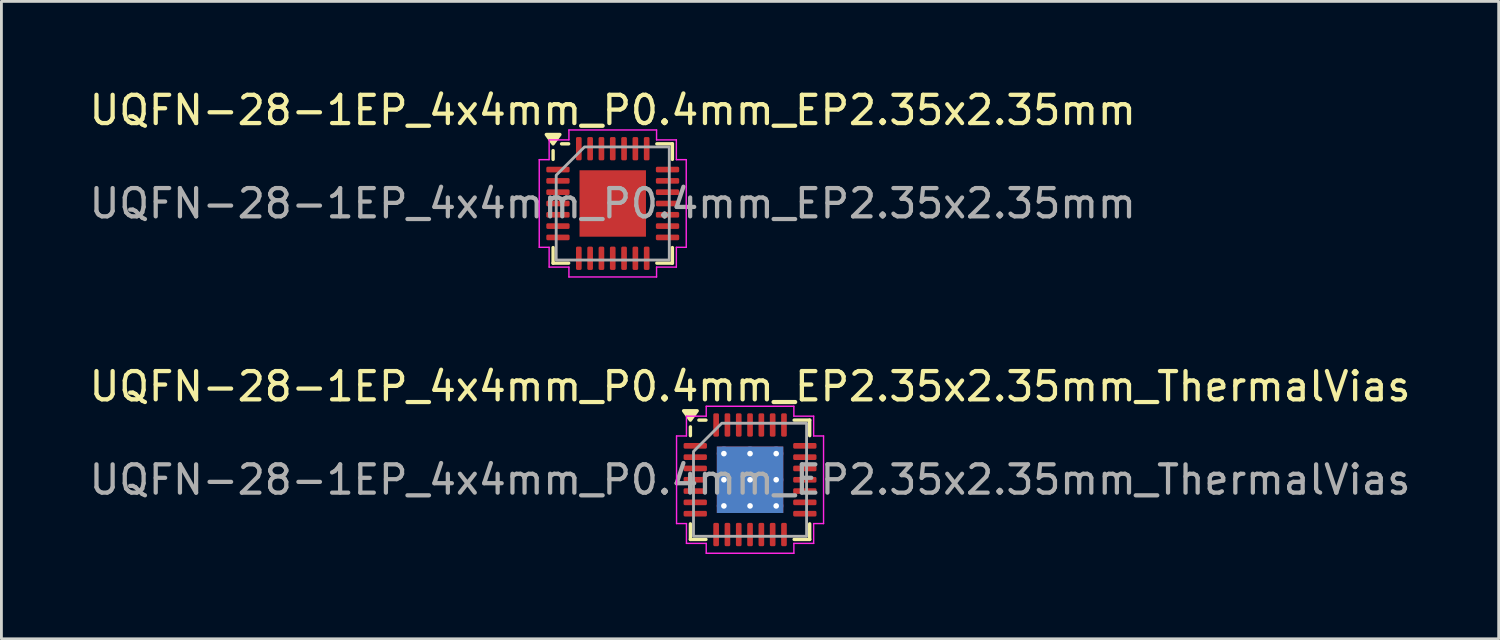
<source format=kicad_pcb>
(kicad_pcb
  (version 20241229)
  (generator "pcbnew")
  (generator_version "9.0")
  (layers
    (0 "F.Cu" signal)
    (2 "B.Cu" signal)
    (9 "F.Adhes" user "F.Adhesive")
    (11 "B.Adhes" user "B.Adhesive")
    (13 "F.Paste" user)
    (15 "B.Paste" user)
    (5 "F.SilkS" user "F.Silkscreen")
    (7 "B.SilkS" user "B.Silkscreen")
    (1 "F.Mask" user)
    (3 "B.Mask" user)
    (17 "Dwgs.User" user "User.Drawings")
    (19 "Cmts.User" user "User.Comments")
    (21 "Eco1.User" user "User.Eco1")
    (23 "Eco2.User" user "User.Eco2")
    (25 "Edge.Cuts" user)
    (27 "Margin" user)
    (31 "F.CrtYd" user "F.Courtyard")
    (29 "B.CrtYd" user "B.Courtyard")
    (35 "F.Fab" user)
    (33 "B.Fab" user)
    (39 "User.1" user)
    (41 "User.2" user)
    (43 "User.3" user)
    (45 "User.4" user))
  (footprint "UQFN-28-1EP_4x4mm_P0.4mm_EP2.35x2.35mm"
    (layer "F.Cu")
    (at 18.625 4.148)
    (property "Reference" "UQFN-28-1EP_4x4mm_P0.4mm_EP2.35x2.35mm" (at 0 -3.3 0) (layer "F.SilkS") (effects (font (size 1 1) (thickness 0.15))))
    (attr smd)
    (fp_line (start -2.11 -1.56) (end -2.11 -1.87) (stroke (width 0.12) (type solid)) (layer "F.SilkS"))
    (fp_line (start -2.11 2.11) (end -2.11 1.56) (stroke (width 0.12) (type solid)) (layer "F.SilkS"))
    (fp_line (start -1.56 -2.11) (end -1.81 -2.11) (stroke (width 0.12) (type solid)) (layer "F.SilkS"))
    (fp_line (start -1.56 2.11) (end -2.11 2.11) (stroke (width 0.12) (type solid)) (layer "F.SilkS"))
    (fp_line (start 1.56 -2.11) (end 2.11 -2.11) (stroke (width 0.12) (type solid)) (layer "F.SilkS"))
    (fp_line (start 1.56 2.11) (end 2.11 2.11) (stroke (width 0.12) (type solid)) (layer "F.SilkS"))
    (fp_line (start 2.11 -2.11) (end 2.11 -1.56) (stroke (width 0.12) (type solid)) (layer "F.SilkS"))
    (fp_line (start 2.11 2.11) (end 2.11 1.56) (stroke (width 0.12) (type solid)) (layer "F.SilkS"))
    (fp_poly (pts (xy -2.11 -2.11) (xy -2.35 -2.44) (xy -1.87 -2.44)) (stroke (width 0.12) (type solid)) (fill yes) (layer "F.SilkS"))
    (fp_line (start -2.6 -1.55) (end -2.25 -1.55) (stroke (width 0.05) (type solid)) (layer "F.CrtYd"))
    (fp_line (start -2.6 1.55) (end -2.6 -1.55) (stroke (width 0.05) (type solid)) (layer "F.CrtYd"))
    (fp_line (start -2.25 -2.25) (end -1.55 -2.25) (stroke (width 0.05) (type solid)) (layer "F.CrtYd"))
    (fp_line (start -2.25 -1.55) (end -2.25 -2.25) (stroke (width 0.05) (type solid)) (layer "F.CrtYd"))
    (fp_line (start -2.25 1.55) (end -2.6 1.55) (stroke (width 0.05) (type solid)) (layer "F.CrtYd"))
    (fp_line (start -2.25 2.25) (end -2.25 1.55) (stroke (width 0.05) (type solid)) (layer "F.CrtYd"))
    (fp_line (start -1.55 -2.6) (end 1.55 -2.6) (stroke (width 0.05) (type solid)) (layer "F.CrtYd"))
    (fp_line (start -1.55 -2.25) (end -1.55 -2.6) (stroke (width 0.05) (type solid)) (layer "F.CrtYd"))
    (fp_line (start -1.55 2.25) (end -2.25 2.25) (stroke (width 0.05) (type solid)) (layer "F.CrtYd"))
    (fp_line (start -1.55 2.6) (end -1.55 2.25) (stroke (width 0.05) (type solid)) (layer "F.CrtYd"))
    (fp_line (start 1.55 -2.6) (end 1.55 -2.25) (stroke (width 0.05) (type solid)) (layer "F.CrtYd"))
    (fp_line (start 1.55 -2.25) (end 2.25 -2.25) (stroke (width 0.05) (type solid)) (layer "F.CrtYd"))
    (fp_line (start 1.55 2.25) (end 1.55 2.6) (stroke (width 0.05) (type solid)) (layer "F.CrtYd"))
    (fp_line (start 1.55 2.6) (end -1.55 2.6) (stroke (width 0.05) (type solid)) (layer "F.CrtYd"))
    (fp_line (start 2.25 -2.25) (end 2.25 -1.55) (stroke (width 0.05) (type solid)) (layer "F.CrtYd"))
    (fp_line (start 2.25 -1.55) (end 2.6 -1.55) (stroke (width 0.05) (type solid)) (layer "F.CrtYd"))
    (fp_line (start 2.25 1.55) (end 2.25 2.25) (stroke (width 0.05) (type solid)) (layer "F.CrtYd"))
    (fp_line (start 2.25 2.25) (end 1.55 2.25) (stroke (width 0.05) (type solid)) (layer "F.CrtYd"))
    (fp_line (start 2.6 -1.55) (end 2.6 1.55) (stroke (width 0.05) (type solid)) (layer "F.CrtYd"))
    (fp_line (start 2.6 1.55) (end 2.25 1.55) (stroke (width 0.05) (type solid)) (layer "F.CrtYd"))
    (fp_poly (pts (xy -2 -1) (xy -2 2) (xy 2 2) (xy 2 -2) (xy -1 -2)) (stroke (width 0.1) (type solid)) (fill no) (layer "F.Fab"))
    (fp_text user "${REFERENCE}" (at 0 0 0) (layer "F.Fab") (effects (font (size 1 1) (thickness 0.15))))
    (pad "" smd roundrect (at -0.59 -0.59) (size 0.95 0.95) (layers "F.Paste") (roundrect_rratio 0.25))
    (pad "" smd roundrect (at -0.59 0.59) (size 0.95 0.95) (layers "F.Paste") (roundrect_rratio 0.25))
    (pad "" smd roundrect (at 0.59 -0.59) (size 0.95 0.95) (layers "F.Paste") (roundrect_rratio 0.25))
    (pad "" smd roundrect (at 0.59 0.59) (size 0.95 0.95) (layers "F.Paste") (roundrect_rratio 0.25))
    (pad "1" smd roundrect (at -1.938 -1.2) (size 0.825 0.2) (layers "F.Cu" "F.Mask" "F.Paste") (roundrect_rratio 0.25))
    (pad "2" smd roundrect (at -1.938 -0.8) (size 0.825 0.2) (layers "F.Cu" "F.Mask" "F.Paste") (roundrect_rratio 0.25))
    (pad "3" smd roundrect (at -1.938 -0.4) (size 0.825 0.2) (layers "F.Cu" "F.Mask" "F.Paste") (roundrect_rratio 0.25))
    (pad "4" smd roundrect (at -1.938 0) (size 0.825 0.2) (layers "F.Cu" "F.Mask" "F.Paste") (roundrect_rratio 0.25))
    (pad "5" smd roundrect (at -1.938 0.4) (size 0.825 0.2) (layers "F.Cu" "F.Mask" "F.Paste") (roundrect_rratio 0.25))
    (pad "6" smd roundrect (at -1.938 0.8) (size 0.825 0.2) (layers "F.Cu" "F.Mask" "F.Paste") (roundrect_rratio 0.25))
    (pad "7" smd roundrect (at -1.938 1.2) (size 0.825 0.2) (layers "F.Cu" "F.Mask" "F.Paste") (roundrect_rratio 0.25))
    (pad "8" smd roundrect (at -1.2 1.938) (size 0.2 0.825) (layers "F.Cu" "F.Mask" "F.Paste") (roundrect_rratio 0.25))
    (pad "9" smd roundrect (at -0.8 1.938) (size 0.2 0.825) (layers "F.Cu" "F.Mask" "F.Paste") (roundrect_rratio 0.25))
    (pad "10" smd roundrect (at -0.4 1.938) (size 0.2 0.825) (layers "F.Cu" "F.Mask" "F.Paste") (roundrect_rratio 0.25))
    (pad "11" smd roundrect (at 0 1.938) (size 0.2 0.825) (layers "F.Cu" "F.Mask" "F.Paste") (roundrect_rratio 0.25))
    (pad "12" smd roundrect (at 0.4 1.938) (size 0.2 0.825) (layers "F.Cu" "F.Mask" "F.Paste") (roundrect_rratio 0.25))
    (pad "13" smd roundrect (at 0.8 1.938) (size 0.2 0.825) (layers "F.Cu" "F.Mask" "F.Paste") (roundrect_rratio 0.25))
    (pad "14" smd roundrect (at 1.2 1.938) (size 0.2 0.825) (layers "F.Cu" "F.Mask" "F.Paste") (roundrect_rratio 0.25))
    (pad "15" smd roundrect (at 1.938 1.2) (size 0.825 0.2) (layers "F.Cu" "F.Mask" "F.Paste") (roundrect_rratio 0.25))
    (pad "16" smd roundrect (at 1.938 0.8) (size 0.825 0.2) (layers "F.Cu" "F.Mask" "F.Paste") (roundrect_rratio 0.25))
    (pad "17" smd roundrect (at 1.938 0.4) (size 0.825 0.2) (layers "F.Cu" "F.Mask" "F.Paste") (roundrect_rratio 0.25))
    (pad "18" smd roundrect (at 1.938 0) (size 0.825 0.2) (layers "F.Cu" "F.Mask" "F.Paste") (roundrect_rratio 0.25))
    (pad "19" smd roundrect (at 1.938 -0.4) (size 0.825 0.2) (layers "F.Cu" "F.Mask" "F.Paste") (roundrect_rratio 0.25))
    (pad "20" smd roundrect (at 1.938 -0.8) (size 0.825 0.2) (layers "F.Cu" "F.Mask" "F.Paste") (roundrect_rratio 0.25))
    (pad "21" smd roundrect (at 1.938 -1.2) (size 0.825 0.2) (layers "F.Cu" "F.Mask" "F.Paste") (roundrect_rratio 0.25))
    (pad "22" smd roundrect (at 1.2 -1.938) (size 0.2 0.825) (layers "F.Cu" "F.Mask" "F.Paste") (roundrect_rratio 0.25))
    (pad "23" smd roundrect (at 0.8 -1.938) (size 0.2 0.825) (layers "F.Cu" "F.Mask" "F.Paste") (roundrect_rratio 0.25))
    (pad "24" smd roundrect (at 0.4 -1.938) (size 0.2 0.825) (layers "F.Cu" "F.Mask" "F.Paste") (roundrect_rratio 0.25))
    (pad "25" smd roundrect (at 0 -1.938) (size 0.2 0.825) (layers "F.Cu" "F.Mask" "F.Paste") (roundrect_rratio 0.25))
    (pad "26" smd roundrect (at -0.4 -1.938) (size 0.2 0.825) (layers "F.Cu" "F.Mask" "F.Paste") (roundrect_rratio 0.25))
    (pad "27" smd roundrect (at -0.8 -1.938) (size 0.2 0.825) (layers "F.Cu" "F.Mask" "F.Paste") (roundrect_rratio 0.25))
    (pad "28" smd roundrect (at -1.2 -1.938) (size 0.2 0.825) (layers "F.Cu" "F.Mask" "F.Paste") (roundrect_rratio 0.25))
    (pad "29" smd rect (at 0 0) (size 2.35 2.35) (property pad_prop_heatsink) (layers "F.Cu" "F.Mask")))
  (footprint "UQFN-28-1EP_4x4mm_P0.4mm_EP2.35x2.35mm_ThermalVias"
    (layer "F.Cu")
    (at 23.482 13.921)
    (property "Reference" "UQFN-28-1EP_4x4mm_P0.4mm_EP2.35x2.35mm_ThermalVias" (at 0 -3.3 0) (layer "F.SilkS") (effects (font (size 1 1) (thickness 0.15))))
    (attr smd)
    (fp_line (start -2.11 -1.56) (end -2.11 -1.87) (stroke (width 0.12) (type solid)) (layer "F.SilkS"))
    (fp_line (start -2.11 2.11) (end -2.11 1.56) (stroke (width 0.12) (type solid)) (layer "F.SilkS"))
    (fp_line (start -1.56 -2.11) (end -1.81 -2.11) (stroke (width 0.12) (type solid)) (layer "F.SilkS"))
    (fp_line (start -1.56 2.11) (end -2.11 2.11) (stroke (width 0.12) (type solid)) (layer "F.SilkS"))
    (fp_line (start 1.56 -2.11) (end 2.11 -2.11) (stroke (width 0.12) (type solid)) (layer "F.SilkS"))
    (fp_line (start 1.56 2.11) (end 2.11 2.11) (stroke (width 0.12) (type solid)) (layer "F.SilkS"))
    (fp_line (start 2.11 -2.11) (end 2.11 -1.56) (stroke (width 0.12) (type solid)) (layer "F.SilkS"))
    (fp_line (start 2.11 2.11) (end 2.11 1.56) (stroke (width 0.12) (type solid)) (layer "F.SilkS"))
    (fp_poly (pts (xy -2.11 -2.11) (xy -2.35 -2.44) (xy -1.87 -2.44)) (stroke (width 0.12) (type solid)) (fill yes) (layer "F.SilkS"))
    (fp_line (start -2.6 -1.55) (end -2.25 -1.55) (stroke (width 0.05) (type solid)) (layer "F.CrtYd"))
    (fp_line (start -2.6 1.55) (end -2.6 -1.55) (stroke (width 0.05) (type solid)) (layer "F.CrtYd"))
    (fp_line (start -2.25 -2.25) (end -1.55 -2.25) (stroke (width 0.05) (type solid)) (layer "F.CrtYd"))
    (fp_line (start -2.25 -1.55) (end -2.25 -2.25) (stroke (width 0.05) (type solid)) (layer "F.CrtYd"))
    (fp_line (start -2.25 1.55) (end -2.6 1.55) (stroke (width 0.05) (type solid)) (layer "F.CrtYd"))
    (fp_line (start -2.25 2.25) (end -2.25 1.55) (stroke (width 0.05) (type solid)) (layer "F.CrtYd"))
    (fp_line (start -1.55 -2.6) (end 1.55 -2.6) (stroke (width 0.05) (type solid)) (layer "F.CrtYd"))
    (fp_line (start -1.55 -2.25) (end -1.55 -2.6) (stroke (width 0.05) (type solid)) (layer "F.CrtYd"))
    (fp_line (start -1.55 2.25) (end -2.25 2.25) (stroke (width 0.05) (type solid)) (layer "F.CrtYd"))
    (fp_line (start -1.55 2.6) (end -1.55 2.25) (stroke (width 0.05) (type solid)) (layer "F.CrtYd"))
    (fp_line (start 1.55 -2.6) (end 1.55 -2.25) (stroke (width 0.05) (type solid)) (layer "F.CrtYd"))
    (fp_line (start 1.55 -2.25) (end 2.25 -2.25) (stroke (width 0.05) (type solid)) (layer "F.CrtYd"))
    (fp_line (start 1.55 2.25) (end 1.55 2.6) (stroke (width 0.05) (type solid)) (layer "F.CrtYd"))
    (fp_line (start 1.55 2.6) (end -1.55 2.6) (stroke (width 0.05) (type solid)) (layer "F.CrtYd"))
    (fp_line (start 2.25 -2.25) (end 2.25 -1.55) (stroke (width 0.05) (type solid)) (layer "F.CrtYd"))
    (fp_line (start 2.25 -1.55) (end 2.6 -1.55) (stroke (width 0.05) (type solid)) (layer "F.CrtYd"))
    (fp_line (start 2.25 1.55) (end 2.25 2.25) (stroke (width 0.05) (type solid)) (layer "F.CrtYd"))
    (fp_line (start 2.25 2.25) (end 1.55 2.25) (stroke (width 0.05) (type solid)) (layer "F.CrtYd"))
    (fp_line (start 2.6 -1.55) (end 2.6 1.55) (stroke (width 0.05) (type solid)) (layer "F.CrtYd"))
    (fp_line (start 2.6 1.55) (end 2.25 1.55) (stroke (width 0.05) (type solid)) (layer "F.CrtYd"))
    (fp_poly (pts (xy -2 -1) (xy -2 2) (xy 2 2) (xy 2 -2) (xy -1 -2)) (stroke (width 0.1) (type solid)) (fill no) (layer "F.Fab"))
    (fp_text user "${REFERENCE}" (at 0 0 0) (layer "F.Fab") (effects (font (size 1 1) (thickness 0.15))))
    (pad "" smd roundrect (at -0.59 -0.59) (size 0.98 0.98) (layers "F.Paste") (roundrect_rratio 0.25))
    (pad "" smd roundrect (at -0.59 0.59) (size 0.98 0.98) (layers "F.Paste") (roundrect_rratio 0.25))
    (pad "" smd roundrect (at 0.59 -0.59) (size 0.98 0.98) (layers "F.Paste") (roundrect_rratio 0.25))
    (pad "" smd roundrect (at 0.59 0.59) (size 0.98 0.98) (layers "F.Paste") (roundrect_rratio 0.25))
    (pad "1" smd roundrect (at -1.938 -1.2) (size 0.825 0.2) (layers "F.Cu" "F.Mask" "F.Paste") (roundrect_rratio 0.25))
    (pad "2" smd roundrect (at -1.938 -0.8) (size 0.825 0.2) (layers "F.Cu" "F.Mask" "F.Paste") (roundrect_rratio 0.25))
    (pad "3" smd roundrect (at -1.938 -0.4) (size 0.825 0.2) (layers "F.Cu" "F.Mask" "F.Paste") (roundrect_rratio 0.25))
    (pad "4" smd roundrect (at -1.938 0) (size 0.825 0.2) (layers "F.Cu" "F.Mask" "F.Paste") (roundrect_rratio 0.25))
    (pad "5" smd roundrect (at -1.938 0.4) (size 0.825 0.2) (layers "F.Cu" "F.Mask" "F.Paste") (roundrect_rratio 0.25))
    (pad "6" smd roundrect (at -1.938 0.8) (size 0.825 0.2) (layers "F.Cu" "F.Mask" "F.Paste") (roundrect_rratio 0.25))
    (pad "7" smd roundrect (at -1.938 1.2) (size 0.825 0.2) (layers "F.Cu" "F.Mask" "F.Paste") (roundrect_rratio 0.25))
    (pad "8" smd roundrect (at -1.2 1.938) (size 0.2 0.825) (layers "F.Cu" "F.Mask" "F.Paste") (roundrect_rratio 0.25))
    (pad "9" smd roundrect (at -0.8 1.938) (size 0.2 0.825) (layers "F.Cu" "F.Mask" "F.Paste") (roundrect_rratio 0.25))
    (pad "10" smd roundrect (at -0.4 1.938) (size 0.2 0.825) (layers "F.Cu" "F.Mask" "F.Paste") (roundrect_rratio 0.25))
    (pad "11" smd roundrect (at 0 1.938) (size 0.2 0.825) (layers "F.Cu" "F.Mask" "F.Paste") (roundrect_rratio 0.25))
    (pad "12" smd roundrect (at 0.4 1.938) (size 0.2 0.825) (layers "F.Cu" "F.Mask" "F.Paste") (roundrect_rratio 0.25))
    (pad "13" smd roundrect (at 0.8 1.938) (size 0.2 0.825) (layers "F.Cu" "F.Mask" "F.Paste") (roundrect_rratio 0.25))
    (pad "14" smd roundrect (at 1.2 1.938) (size 0.2 0.825) (layers "F.Cu" "F.Mask" "F.Paste") (roundrect_rratio 0.25))
    (pad "15" smd roundrect (at 1.938 1.2) (size 0.825 0.2) (layers "F.Cu" "F.Mask" "F.Paste") (roundrect_rratio 0.25))
    (pad "16" smd roundrect (at 1.938 0.8) (size 0.825 0.2) (layers "F.Cu" "F.Mask" "F.Paste") (roundrect_rratio 0.25))
    (pad "17" smd roundrect (at 1.938 0.4) (size 0.825 0.2) (layers "F.Cu" "F.Mask" "F.Paste") (roundrect_rratio 0.25))
    (pad "18" smd roundrect (at 1.938 0) (size 0.825 0.2) (layers "F.Cu" "F.Mask" "F.Paste") (roundrect_rratio 0.25))
    (pad "19" smd roundrect (at 1.938 -0.4) (size 0.825 0.2) (layers "F.Cu" "F.Mask" "F.Paste") (roundrect_rratio 0.25))
    (pad "20" smd roundrect (at 1.938 -0.8) (size 0.825 0.2) (layers "F.Cu" "F.Mask" "F.Paste") (roundrect_rratio 0.25))
    (pad "21" smd roundrect (at 1.938 -1.2) (size 0.825 0.2) (layers "F.Cu" "F.Mask" "F.Paste") (roundrect_rratio 0.25))
    (pad "22" smd roundrect (at 1.2 -1.938) (size 0.2 0.825) (layers "F.Cu" "F.Mask" "F.Paste") (roundrect_rratio 0.25))
    (pad "23" smd roundrect (at 0.8 -1.938) (size 0.2 0.825) (layers "F.Cu" "F.Mask" "F.Paste") (roundrect_rratio 0.25))
    (pad "24" smd roundrect (at 0.4 -1.938) (size 0.2 0.825) (layers "F.Cu" "F.Mask" "F.Paste") (roundrect_rratio 0.25))
    (pad "25" smd roundrect (at 0 -1.938) (size 0.2 0.825) (layers "F.Cu" "F.Mask" "F.Paste") (roundrect_rratio 0.25))
    (pad "26" smd roundrect (at -0.4 -1.938) (size 0.2 0.825) (layers "F.Cu" "F.Mask" "F.Paste") (roundrect_rratio 0.25))
    (pad "27" smd roundrect (at -0.8 -1.938) (size 0.2 0.825) (layers "F.Cu" "F.Mask" "F.Paste") (roundrect_rratio 0.25))
    (pad "28" smd roundrect (at -1.2 -1.938) (size 0.2 0.825) (layers "F.Cu" "F.Mask" "F.Paste") (roundrect_rratio 0.25))
    (pad "29" thru_hole circle (at -0.925 -0.925) (size 0.5 0.5) (drill 0.2) (property pad_prop_heatsink) (layers "*.Cu"))
    (pad "29" thru_hole circle (at -0.925 0) (size 0.5 0.5) (drill 0.2) (property pad_prop_heatsink) (layers "*.Cu"))
    (pad "29" thru_hole circle (at -0.925 0.925) (size 0.5 0.5) (drill 0.2) (property pad_prop_heatsink) (layers "*.Cu"))
    (pad "29" thru_hole circle (at 0 -0.925) (size 0.5 0.5) (drill 0.2) (property pad_prop_heatsink) (layers "*.Cu"))
    (pad "29" thru_hole circle (at 0 0) (size 0.5 0.5) (drill 0.2) (property pad_prop_heatsink) (layers "*.Cu"))
    (pad "29" smd rect (at 0 0) (size 2.35 2.35) (property pad_prop_heatsink) (layers "F.Cu" "F.Mask"))
    (pad "29" smd rect (at 0 0) (size 2.35 2.35) (property pad_prop_heatsink) (layers "B.Cu"))
    (pad "29" thru_hole circle (at 0 0.925) (size 0.5 0.5) (drill 0.2) (property pad_prop_heatsink) (layers "*.Cu"))
    (pad "29" thru_hole circle (at 0.925 -0.925) (size 0.5 0.5) (drill 0.2) (property pad_prop_heatsink) (layers "*.Cu"))
    (pad "29" thru_hole circle (at 0.925 0) (size 0.5 0.5) (drill 0.2) (property pad_prop_heatsink) (layers "*.Cu"))
    (pad "29" thru_hole circle (at 0.925 0.925) (size 0.5 0.5) (drill 0.2) (property pad_prop_heatsink) (layers "*.Cu")))
  (gr_rect
    (start -3 -3)
    (end 49.964 19.547)
    (stroke (width 0.1) (type default))
    (fill no)
    (layer "Edge.Cuts")))
</source>
